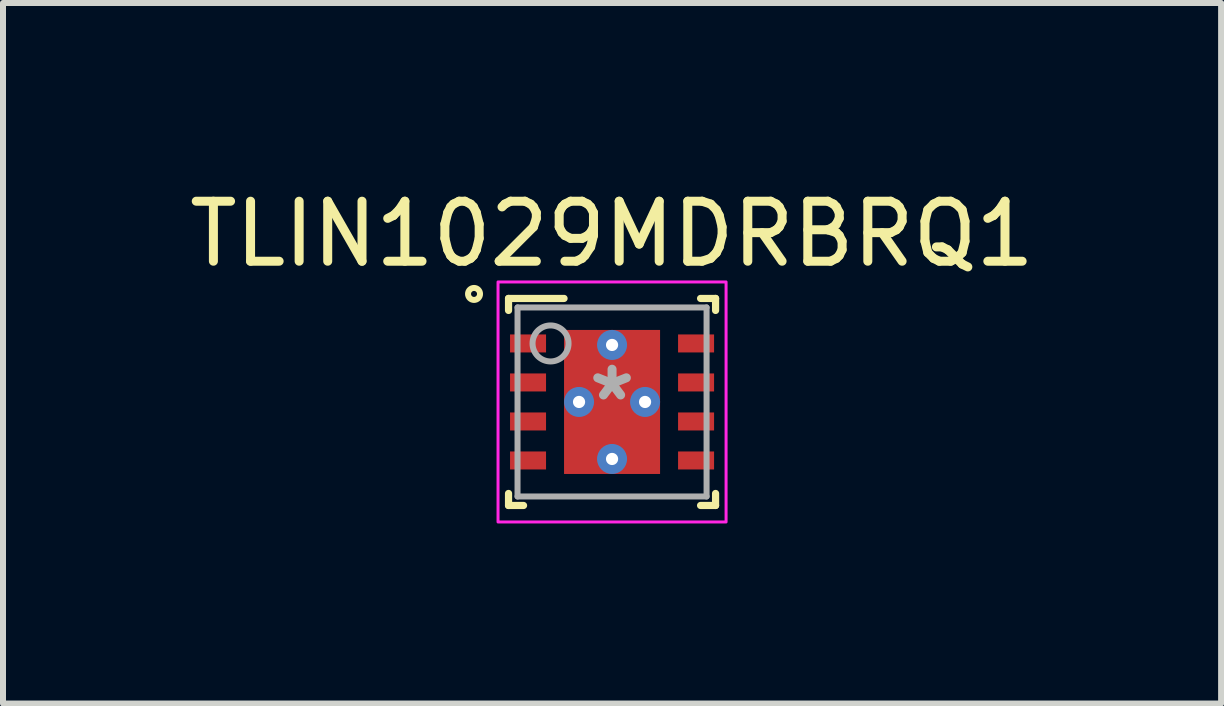
<source format=kicad_pcb>
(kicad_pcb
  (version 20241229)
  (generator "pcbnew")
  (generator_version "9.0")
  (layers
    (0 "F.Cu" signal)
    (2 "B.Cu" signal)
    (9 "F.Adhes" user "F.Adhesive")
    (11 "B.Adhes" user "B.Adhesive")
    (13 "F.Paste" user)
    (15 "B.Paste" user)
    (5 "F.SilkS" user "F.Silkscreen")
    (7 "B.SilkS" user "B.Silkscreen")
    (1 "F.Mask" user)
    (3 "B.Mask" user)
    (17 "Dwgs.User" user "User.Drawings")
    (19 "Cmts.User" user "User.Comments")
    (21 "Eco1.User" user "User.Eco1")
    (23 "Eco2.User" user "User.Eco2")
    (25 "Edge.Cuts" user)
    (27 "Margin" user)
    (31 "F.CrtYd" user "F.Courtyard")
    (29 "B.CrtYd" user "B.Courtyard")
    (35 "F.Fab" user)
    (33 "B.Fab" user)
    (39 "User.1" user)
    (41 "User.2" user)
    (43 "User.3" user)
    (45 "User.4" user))
  (footprint "TLIN1029MDRBRQ1"
    (layer "F.Cu")
    (at 7.149 3.648)
    (property "Reference" "TLIN1029MDRBRQ1" (at 0 -2.8 0) (layer "F.SilkS") (effects (font (size 1 1) (thickness 0.15))))
    (attr through_hole)
    (fp_line (start -1.725 1.725) (end -1.725 1.525) (stroke (width 0.12) (type solid)) (layer "F.SilkS"))
    (fp_line (start -1.725 -1.725) (end -0.8 -1.725) (stroke (width 0.12) (type solid)) (layer "F.SilkS"))
    (fp_line (start -1.725 -1.525) (end -1.725 -1.725) (stroke (width 0.12) (type solid)) (layer "F.SilkS"))
    (fp_line (start -1.725 1.725) (end -1.475 1.725) (stroke (width 0.12) (type solid)) (layer "F.SilkS"))
    (fp_line (start 1.475 -1.725) (end 1.725 -1.725) (stroke (width 0.12) (type solid)) (layer "F.SilkS"))
    (fp_line (start 1.475 1.725) (end 1.725 1.725) (stroke (width 0.12) (type solid)) (layer "F.SilkS"))
    (fp_line (start 1.725 -1.525) (end 1.725 -1.725) (stroke (width 0.12) (type solid)) (layer "F.SilkS"))
    (fp_line (start 1.725 1.725) (end 1.725 1.525) (stroke (width 0.12) (type solid)) (layer "F.SilkS"))
    (fp_circle (center -2.3 -1.8) (end -2.2 -1.8) (stroke (width 0.1) (type default)) (fill no) (layer "F.SilkS"))
    (fp_poly (pts (xy -0.735 -0.148) (xy -0.735 -1.122) (xy -0.734 -1.131) (xy -0.731 -1.14) (xy -0.727 -1.149) (xy -0.721 -1.156) (xy -0.714 -1.162) (xy -0.705 -1.166) (xy -0.696 -1.169) (xy -0.687 -1.17) (xy 0.687 -1.17) (xy 0.696 -1.169) (xy 0.705 -1.166) (xy 0.714 -1.162) (xy 0.721 -1.156) (xy 0.727 -1.149) (xy 0.731 -1.14) (xy 0.734 -1.131) (xy 0.735 -1.122) (xy 0.735 -0.148) (xy 0.734 -0.139) (xy 0.731 -0.13) (xy 0.727 -0.121) (xy 0.721 -0.114) (xy 0.714 -0.108) (xy 0.705 -0.104) (xy 0.696 -0.101) (xy 0.687 -0.1) (xy -0.687 -0.1) (xy -0.696 -0.101) (xy -0.705 -0.104) (xy -0.714 -0.108) (xy -0.721 -0.114) (xy -0.727 -0.121) (xy -0.731 -0.13) (xy -0.734 -0.139)) (stroke (width 0.1) (type solid)) (fill yes) (layer "F.Paste"))
    (fp_poly (pts (xy -0.735 1.122) (xy -0.735 0.148) (xy -0.734 0.139) (xy -0.731 0.13) (xy -0.727 0.121) (xy -0.721 0.114) (xy -0.714 0.108) (xy -0.705 0.104) (xy -0.696 0.101) (xy -0.687 0.1) (xy 0.687 0.1) (xy 0.696 0.101) (xy 0.705 0.104) (xy 0.714 0.108) (xy 0.721 0.114) (xy 0.727 0.121) (xy 0.731 0.13) (xy 0.734 0.139) (xy 0.735 0.148) (xy 0.735 1.122) (xy 0.734 1.131) (xy 0.731 1.14) (xy 0.727 1.149) (xy 0.721 1.156) (xy 0.714 1.162) (xy 0.705 1.166) (xy 0.696 1.169) (xy 0.687 1.17) (xy -0.687 1.17) (xy -0.696 1.169) (xy -0.705 1.166) (xy -0.714 1.162) (xy -0.721 1.156) (xy -0.727 1.149) (xy -0.731 1.14) (xy -0.734 1.131)) (stroke (width 0.1) (type solid)) (fill yes) (layer "F.Paste"))
    (fp_rect (start -1.9 -2) (end 1.9 2) (stroke (width 0.05) (type default)) (fill no) (layer "F.CrtYd"))
    (fp_line (start -1.575 -1.575) (end 1.575 -1.575) (stroke (width 0.1) (type solid)) (layer "F.Fab"))
    (fp_line (start -1.575 1.575) (end -1.575 -1.575) (stroke (width 0.1) (type solid)) (layer "F.Fab"))
    (fp_line (start -1.575 1.575) (end 1.575 1.575) (stroke (width 0.1) (type solid)) (layer "F.Fab"))
    (fp_line (start 1.575 1.575) (end 1.575 -1.575) (stroke (width 0.1) (type solid)) (layer "F.Fab"))
    (fp_circle (center -1.025 -0.975) (end -0.725 -0.975) (stroke (width 0.1) (type solid)) (fill no) (layer "F.Fab"))
    (fp_text user "*" (at 0 0 0) (layer "F.Fab") (effects (font (size 1 1) (thickness 0.15))))
    (pad "1" smd rect (at -1.4 -0.975 90) (size 0.3 0.6) (layers "F.Cu" "F.Mask" "F.Paste"))
    (pad "2" smd rect (at -1.4 -0.325 90) (size 0.3 0.6) (layers "F.Cu" "F.Mask" "F.Paste"))
    (pad "3" smd rect (at -1.4 0.325 90) (size 0.3 0.6) (layers "F.Cu" "F.Mask" "F.Paste"))
    (pad "4" smd rect (at -1.4 0.975 90) (size 0.3 0.6) (layers "F.Cu" "F.Mask" "F.Paste"))
    (pad "5" smd rect (at 1.4 0.975 90) (size 0.3 0.6) (layers "F.Cu" "F.Mask" "F.Paste"))
    (pad "6" smd rect (at 1.4 0.325 90) (size 0.3 0.6) (layers "F.Cu" "F.Mask" "F.Paste"))
    (pad "7" smd rect (at 1.4 -0.325 90) (size 0.3 0.6) (layers "F.Cu" "F.Mask" "F.Paste"))
    (pad "8" smd rect (at 1.4 -0.975 90) (size 0.3 0.6) (layers "F.Cu" "F.Mask" "F.Paste"))
    (pad "9" smd rect (at 0.000003 0) (size 1.6 2.4) (layers "F.Cu" "F.Mask"))
    (pad "V" thru_hole circle (at -0.55 0) (size 0.5 0.5) (drill 0.203) (layers "*.Cu" "*.Mask"))
    (pad "V" thru_hole circle (at 0 -0.95) (size 0.5 0.5) (drill 0.203) (layers "*.Cu" "*.Mask"))
    (pad "V" thru_hole circle (at 0 0.95) (size 0.5 0.5) (drill 0.203) (layers "*.Cu" "*.Mask"))
    (pad "V" thru_hole circle (at 0.55 0) (size 0.5 0.5) (drill 0.203) (layers "*.Cu" "*.Mask")))
  (gr_rect
    (start -3 -3)
    (end 17.298 8.673)
    (stroke (width 0.1) (type default))
    (fill no)
    (layer "Edge.Cuts")))
</source>
